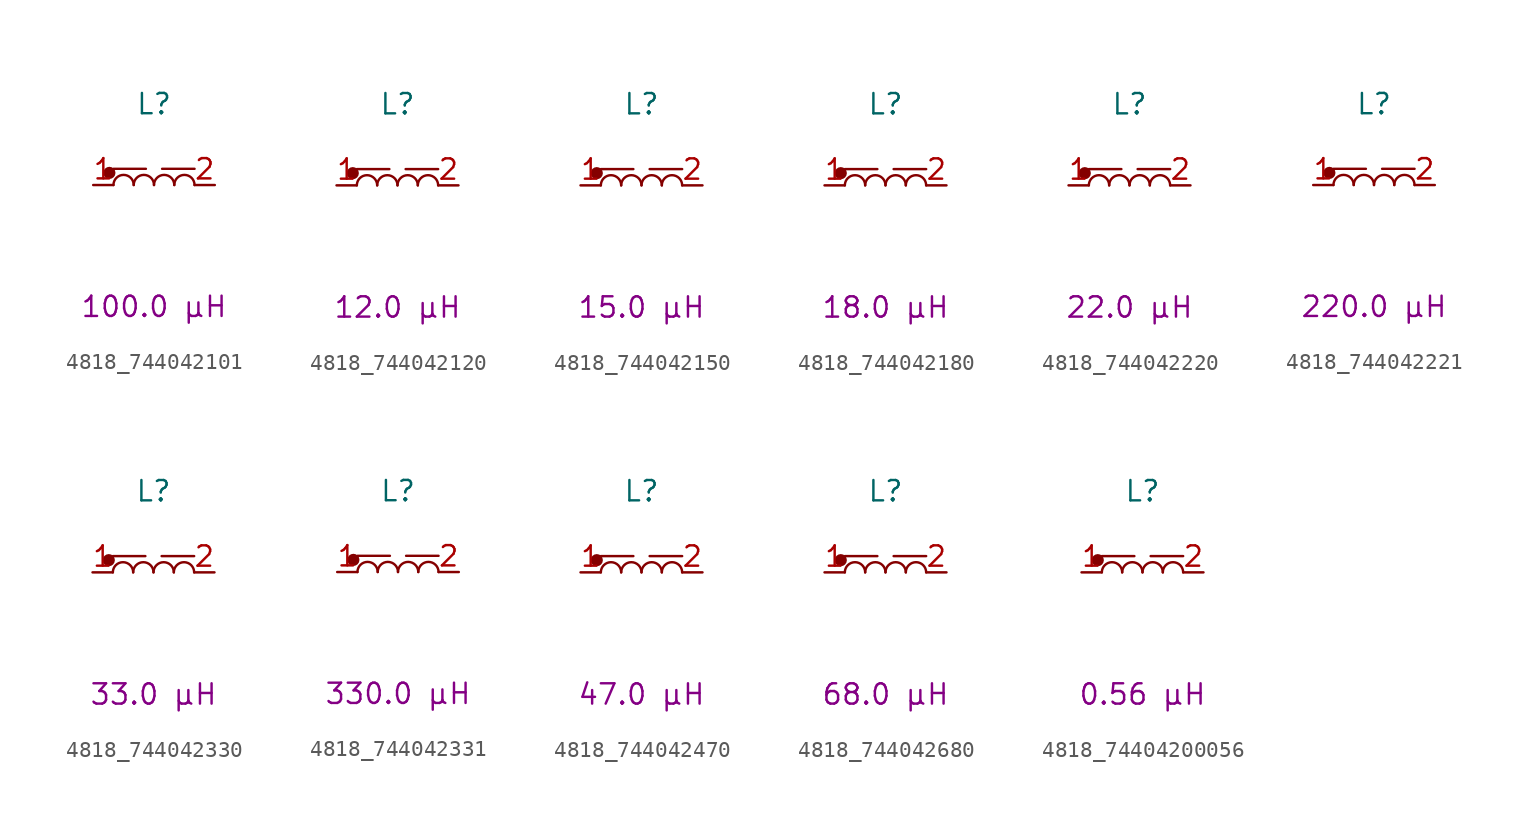
<source format=kicad_sym>
(kicad_symbol_lib
  (version 20220914)
  (generator kicad_symbol_editor)
  (symbol "4818_744042101"
    (pin_names hide)
    (property "Reference" "L"
      (at 0 5.08 0)
      (effects (font (size 1.27 1.27))))
    (property "Critical Parameter" "100.0 µH"
      (at 0 -7.62 0)
      (effects (font (size 1.27 1.27))))
    (symbol "4818_744042101_0_1"
      (arc (start -1.27 0) (mid -1.905 0.6323) (end -2.54 0) (stroke (width 0) (type default)) (fill (type none)))
      (arc (start 0 0) (mid -0.635 0.6323) (end -1.27 0) (stroke (width 0) (type default)) (fill (type none)))
      (polyline (pts (xy -2.54 1.016) (xy -0.508 1.016)) (stroke (width 0) (type default)) (fill (type none)))
      (arc (start 1.27 0) (mid 0.635 0.6323) (end 0 0) (stroke (width 0) (type default)) (fill (type none)))
      (arc (start 2.54 0) (mid 1.905 0.6323) (end 1.27 0) (stroke (width 0) (type default)) (fill (type none))))
    (symbol "4818_744042101_1_1"
      (circle (center -2.794 0.762) (radius 0.0001) (stroke (width 0.381) (type default)) (fill (type none)))
      (polyline (pts (xy 2.54 1.016) (xy 0.508 1.016)) (stroke (width 0) (type default)) (fill (type none)))
      (pin passive line (at -3.81 0 0) (length 1.27) (name "1" (effects (font (size 1.27 1.27)))) (number "1" (effects (font (size 1.27 1.27)))))
      (pin passive line (at 3.81 0 180) (length 1.27) (name "2" (effects (font (size 1.27 1.27)))) (number "2" (effects (font (size 1.27 1.27)))))))
  (symbol "4818_744042120"
    (pin_names hide)
    (property "Reference" "L"
      (at 0 5.08 0)
      (effects (font (size 1.27 1.27))))
    (property "Critical Parameter" "12.0 µH"
      (at 0 -7.62 0)
      (effects (font (size 1.27 1.27))))
    (symbol "4818_744042120_0_1"
      (arc (start -1.27 0) (mid -1.905 0.6323) (end -2.54 0) (stroke (width 0) (type default)) (fill (type none)))
      (arc (start 0 0) (mid -0.635 0.6323) (end -1.27 0) (stroke (width 0) (type default)) (fill (type none)))
      (polyline (pts (xy -2.54 1.016) (xy -0.508 1.016)) (stroke (width 0) (type default)) (fill (type none)))
      (arc (start 1.27 0) (mid 0.635 0.6323) (end 0 0) (stroke (width 0) (type default)) (fill (type none)))
      (arc (start 2.54 0) (mid 1.905 0.6323) (end 1.27 0) (stroke (width 0) (type default)) (fill (type none))))
    (symbol "4818_744042120_1_1"
      (circle (center -2.794 0.762) (radius 0.0001) (stroke (width 0.381) (type default)) (fill (type none)))
      (polyline (pts (xy 2.54 1.016) (xy 0.508 1.016)) (stroke (width 0) (type default)) (fill (type none)))
      (pin passive line (at -3.81 0 0) (length 1.27) (name "1" (effects (font (size 1.27 1.27)))) (number "1" (effects (font (size 1.27 1.27)))))
      (pin passive line (at 3.81 0 180) (length 1.27) (name "2" (effects (font (size 1.27 1.27)))) (number "2" (effects (font (size 1.27 1.27)))))))
  (symbol "4818_744042150"
    (pin_names hide)
    (property "Reference" "L"
      (at 0 5.08 0)
      (effects (font (size 1.27 1.27))))
    (property "Critical Parameter" "15.0 µH"
      (at 0 -7.62 0)
      (effects (font (size 1.27 1.27))))
    (symbol "4818_744042150_0_1"
      (arc (start -1.27 0) (mid -1.905 0.6323) (end -2.54 0) (stroke (width 0) (type default)) (fill (type none)))
      (arc (start 0 0) (mid -0.635 0.6323) (end -1.27 0) (stroke (width 0) (type default)) (fill (type none)))
      (polyline (pts (xy -2.54 1.016) (xy -0.508 1.016)) (stroke (width 0) (type default)) (fill (type none)))
      (arc (start 1.27 0) (mid 0.635 0.6323) (end 0 0) (stroke (width 0) (type default)) (fill (type none)))
      (arc (start 2.54 0) (mid 1.905 0.6323) (end 1.27 0) (stroke (width 0) (type default)) (fill (type none))))
    (symbol "4818_744042150_1_1"
      (circle (center -2.794 0.762) (radius 0.0001) (stroke (width 0.381) (type default)) (fill (type none)))
      (polyline (pts (xy 2.54 1.016) (xy 0.508 1.016)) (stroke (width 0) (type default)) (fill (type none)))
      (pin passive line (at -3.81 0 0) (length 1.27) (name "1" (effects (font (size 1.27 1.27)))) (number "1" (effects (font (size 1.27 1.27)))))
      (pin passive line (at 3.81 0 180) (length 1.27) (name "2" (effects (font (size 1.27 1.27)))) (number "2" (effects (font (size 1.27 1.27)))))))
  (symbol "4818_744042180"
    (pin_names hide)
    (property "Reference" "L"
      (at 0 5.08 0)
      (effects (font (size 1.27 1.27))))
    (property "Critical Parameter" "18.0 µH"
      (at 0 -7.62 0)
      (effects (font (size 1.27 1.27))))
    (symbol "4818_744042180_0_1"
      (arc (start -1.27 0) (mid -1.905 0.6323) (end -2.54 0) (stroke (width 0) (type default)) (fill (type none)))
      (arc (start 0 0) (mid -0.635 0.6323) (end -1.27 0) (stroke (width 0) (type default)) (fill (type none)))
      (polyline (pts (xy -2.54 1.016) (xy -0.508 1.016)) (stroke (width 0) (type default)) (fill (type none)))
      (arc (start 1.27 0) (mid 0.635 0.6323) (end 0 0) (stroke (width 0) (type default)) (fill (type none)))
      (arc (start 2.54 0) (mid 1.905 0.6323) (end 1.27 0) (stroke (width 0) (type default)) (fill (type none))))
    (symbol "4818_744042180_1_1"
      (circle (center -2.794 0.762) (radius 0.0001) (stroke (width 0.381) (type default)) (fill (type none)))
      (polyline (pts (xy 2.54 1.016) (xy 0.508 1.016)) (stroke (width 0) (type default)) (fill (type none)))
      (pin passive line (at -3.81 0 0) (length 1.27) (name "1" (effects (font (size 1.27 1.27)))) (number "1" (effects (font (size 1.27 1.27)))))
      (pin passive line (at 3.81 0 180) (length 1.27) (name "2" (effects (font (size 1.27 1.27)))) (number "2" (effects (font (size 1.27 1.27)))))))
  (symbol "4818_744042220"
    (pin_names hide)
    (property "Reference" "L"
      (at 0 5.08 0)
      (effects (font (size 1.27 1.27))))
    (property "Critical Parameter" "22.0 µH"
      (at 0 -7.62 0)
      (effects (font (size 1.27 1.27))))
    (symbol "4818_744042220_0_1"
      (arc (start -1.27 0) (mid -1.905 0.6323) (end -2.54 0) (stroke (width 0) (type default)) (fill (type none)))
      (arc (start 0 0) (mid -0.635 0.6323) (end -1.27 0) (stroke (width 0) (type default)) (fill (type none)))
      (polyline (pts (xy -2.54 1.016) (xy -0.508 1.016)) (stroke (width 0) (type default)) (fill (type none)))
      (arc (start 1.27 0) (mid 0.635 0.6323) (end 0 0) (stroke (width 0) (type default)) (fill (type none)))
      (arc (start 2.54 0) (mid 1.905 0.6323) (end 1.27 0) (stroke (width 0) (type default)) (fill (type none))))
    (symbol "4818_744042220_1_1"
      (circle (center -2.794 0.762) (radius 0.0001) (stroke (width 0.381) (type default)) (fill (type none)))
      (polyline (pts (xy 2.54 1.016) (xy 0.508 1.016)) (stroke (width 0) (type default)) (fill (type none)))
      (pin passive line (at -3.81 0 0) (length 1.27) (name "1" (effects (font (size 1.27 1.27)))) (number "1" (effects (font (size 1.27 1.27)))))
      (pin passive line (at 3.81 0 180) (length 1.27) (name "2" (effects (font (size 1.27 1.27)))) (number "2" (effects (font (size 1.27 1.27)))))))
  (symbol "4818_744042221"
    (pin_names hide)
    (property "Reference" "L"
      (at 0 5.08 0)
      (effects (font (size 1.27 1.27))))
    (property "Critical Parameter" "220.0 µH"
      (at 0 -7.62 0)
      (effects (font (size 1.27 1.27))))
    (symbol "4818_744042221_0_1"
      (arc (start -1.27 0) (mid -1.905 0.6323) (end -2.54 0) (stroke (width 0) (type default)) (fill (type none)))
      (arc (start 0 0) (mid -0.635 0.6323) (end -1.27 0) (stroke (width 0) (type default)) (fill (type none)))
      (polyline (pts (xy -2.54 1.016) (xy -0.508 1.016)) (stroke (width 0) (type default)) (fill (type none)))
      (arc (start 1.27 0) (mid 0.635 0.6323) (end 0 0) (stroke (width 0) (type default)) (fill (type none)))
      (arc (start 2.54 0) (mid 1.905 0.6323) (end 1.27 0) (stroke (width 0) (type default)) (fill (type none))))
    (symbol "4818_744042221_1_1"
      (circle (center -2.794 0.762) (radius 0.0001) (stroke (width 0.381) (type default)) (fill (type none)))
      (polyline (pts (xy 2.54 1.016) (xy 0.508 1.016)) (stroke (width 0) (type default)) (fill (type none)))
      (pin passive line (at -3.81 0 0) (length 1.27) (name "1" (effects (font (size 1.27 1.27)))) (number "1" (effects (font (size 1.27 1.27)))))
      (pin passive line (at 3.81 0 180) (length 1.27) (name "2" (effects (font (size 1.27 1.27)))) (number "2" (effects (font (size 1.27 1.27)))))))
  (symbol "4818_744042330"
    (pin_names hide)
    (property "Reference" "L"
      (at 0 5.08 0)
      (effects (font (size 1.27 1.27))))
    (property "Critical Parameter" "33.0 µH"
      (at 0 -7.62 0)
      (effects (font (size 1.27 1.27))))
    (symbol "4818_744042330_0_1"
      (arc (start -1.27 0) (mid -1.905 0.6323) (end -2.54 0) (stroke (width 0) (type default)) (fill (type none)))
      (arc (start 0 0) (mid -0.635 0.6323) (end -1.27 0) (stroke (width 0) (type default)) (fill (type none)))
      (polyline (pts (xy -2.54 1.016) (xy -0.508 1.016)) (stroke (width 0) (type default)) (fill (type none)))
      (arc (start 1.27 0) (mid 0.635 0.6323) (end 0 0) (stroke (width 0) (type default)) (fill (type none)))
      (arc (start 2.54 0) (mid 1.905 0.6323) (end 1.27 0) (stroke (width 0) (type default)) (fill (type none))))
    (symbol "4818_744042330_1_1"
      (circle (center -2.794 0.762) (radius 0.0001) (stroke (width 0.381) (type default)) (fill (type none)))
      (polyline (pts (xy 2.54 1.016) (xy 0.508 1.016)) (stroke (width 0) (type default)) (fill (type none)))
      (pin passive line (at -3.81 0 0) (length 1.27) (name "1" (effects (font (size 1.27 1.27)))) (number "1" (effects (font (size 1.27 1.27)))))
      (pin passive line (at 3.81 0 180) (length 1.27) (name "2" (effects (font (size 1.27 1.27)))) (number "2" (effects (font (size 1.27 1.27)))))))
  (symbol "4818_744042331"
    (pin_names hide)
    (property "Reference" "L"
      (at 0 5.08 0)
      (effects (font (size 1.27 1.27))))
    (property "Critical Parameter" "330.0 µH"
      (at 0 -7.62 0)
      (effects (font (size 1.27 1.27))))
    (symbol "4818_744042331_0_1"
      (arc (start -1.27 0) (mid -1.905 0.6323) (end -2.54 0) (stroke (width 0) (type default)) (fill (type none)))
      (arc (start 0 0) (mid -0.635 0.6323) (end -1.27 0) (stroke (width 0) (type default)) (fill (type none)))
      (polyline (pts (xy -2.54 1.016) (xy -0.508 1.016)) (stroke (width 0) (type default)) (fill (type none)))
      (arc (start 1.27 0) (mid 0.635 0.6323) (end 0 0) (stroke (width 0) (type default)) (fill (type none)))
      (arc (start 2.54 0) (mid 1.905 0.6323) (end 1.27 0) (stroke (width 0) (type default)) (fill (type none))))
    (symbol "4818_744042331_1_1"
      (circle (center -2.794 0.762) (radius 0.0001) (stroke (width 0.381) (type default)) (fill (type none)))
      (polyline (pts (xy 2.54 1.016) (xy 0.508 1.016)) (stroke (width 0) (type default)) (fill (type none)))
      (pin passive line (at -3.81 0 0) (length 1.27) (name "1" (effects (font (size 1.27 1.27)))) (number "1" (effects (font (size 1.27 1.27)))))
      (pin passive line (at 3.81 0 180) (length 1.27) (name "2" (effects (font (size 1.27 1.27)))) (number "2" (effects (font (size 1.27 1.27)))))))
  (symbol "4818_744042470"
    (pin_names hide)
    (property "Reference" "L"
      (at 0 5.08 0)
      (effects (font (size 1.27 1.27))))
    (property "Critical Parameter" "47.0 µH"
      (at 0 -7.62 0)
      (effects (font (size 1.27 1.27))))
    (symbol "4818_744042470_0_1"
      (arc (start -1.27 0) (mid -1.905 0.6323) (end -2.54 0) (stroke (width 0) (type default)) (fill (type none)))
      (arc (start 0 0) (mid -0.635 0.6323) (end -1.27 0) (stroke (width 0) (type default)) (fill (type none)))
      (polyline (pts (xy -2.54 1.016) (xy -0.508 1.016)) (stroke (width 0) (type default)) (fill (type none)))
      (arc (start 1.27 0) (mid 0.635 0.6323) (end 0 0) (stroke (width 0) (type default)) (fill (type none)))
      (arc (start 2.54 0) (mid 1.905 0.6323) (end 1.27 0) (stroke (width 0) (type default)) (fill (type none))))
    (symbol "4818_744042470_1_1"
      (circle (center -2.794 0.762) (radius 0.0001) (stroke (width 0.381) (type default)) (fill (type none)))
      (polyline (pts (xy 2.54 1.016) (xy 0.508 1.016)) (stroke (width 0) (type default)) (fill (type none)))
      (pin passive line (at -3.81 0 0) (length 1.27) (name "1" (effects (font (size 1.27 1.27)))) (number "1" (effects (font (size 1.27 1.27)))))
      (pin passive line (at 3.81 0 180) (length 1.27) (name "2" (effects (font (size 1.27 1.27)))) (number "2" (effects (font (size 1.27 1.27)))))))
  (symbol "4818_744042680"
    (pin_names hide)
    (property "Reference" "L"
      (at 0 5.08 0)
      (effects (font (size 1.27 1.27))))
    (property "Critical Parameter" "68.0 µH"
      (at 0 -7.62 0)
      (effects (font (size 1.27 1.27))))
    (symbol "4818_744042680_0_1"
      (arc (start -1.27 0) (mid -1.905 0.6323) (end -2.54 0) (stroke (width 0) (type default)) (fill (type none)))
      (arc (start 0 0) (mid -0.635 0.6323) (end -1.27 0) (stroke (width 0) (type default)) (fill (type none)))
      (polyline (pts (xy -2.54 1.016) (xy -0.508 1.016)) (stroke (width 0) (type default)) (fill (type none)))
      (arc (start 1.27 0) (mid 0.635 0.6323) (end 0 0) (stroke (width 0) (type default)) (fill (type none)))
      (arc (start 2.54 0) (mid 1.905 0.6323) (end 1.27 0) (stroke (width 0) (type default)) (fill (type none))))
    (symbol "4818_744042680_1_1"
      (circle (center -2.794 0.762) (radius 0.0001) (stroke (width 0.381) (type default)) (fill (type none)))
      (polyline (pts (xy 2.54 1.016) (xy 0.508 1.016)) (stroke (width 0) (type default)) (fill (type none)))
      (pin passive line (at -3.81 0 0) (length 1.27) (name "1" (effects (font (size 1.27 1.27)))) (number "1" (effects (font (size 1.27 1.27)))))
      (pin passive line (at 3.81 0 180) (length 1.27) (name "2" (effects (font (size 1.27 1.27)))) (number "2" (effects (font (size 1.27 1.27)))))))
  (symbol "4818_74404200056"
    (pin_names hide)
    (property "Reference" "L"
      (at 0 5.08 0)
      (effects (font (size 1.27 1.27))))
    (property "Critical Parameter" "0.56 µH"
      (at 0 -7.62 0)
      (effects (font (size 1.27 1.27))))
    (symbol "4818_74404200056_0_1"
      (arc (start -1.27 0) (mid -1.905 0.6323) (end -2.54 0) (stroke (width 0) (type default)) (fill (type none)))
      (arc (start 0 0) (mid -0.635 0.6323) (end -1.27 0) (stroke (width 0) (type default)) (fill (type none)))
      (polyline (pts (xy -2.54 1.016) (xy -0.508 1.016)) (stroke (width 0) (type default)) (fill (type none)))
      (arc (start 1.27 0) (mid 0.635 0.6323) (end 0 0) (stroke (width 0) (type default)) (fill (type none)))
      (arc (start 2.54 0) (mid 1.905 0.6323) (end 1.27 0) (stroke (width 0) (type default)) (fill (type none))))
    (symbol "4818_74404200056_1_1"
      (circle (center -2.794 0.762) (radius 0.0001) (stroke (width 0.381) (type default)) (fill (type none)))
      (polyline (pts (xy 2.54 1.016) (xy 0.508 1.016)) (stroke (width 0) (type default)) (fill (type none)))
      (pin passive line (at -3.81 0 0) (length 1.27) (name "1" (effects (font (size 1.27 1.27)))) (number "1" (effects (font (size 1.27 1.27)))))
      (pin passive line (at 3.81 0 180) (length 1.27) (name "2" (effects (font (size 1.27 1.27)))) (number "2" (effects (font (size 1.27 1.27))))))))
</source>
